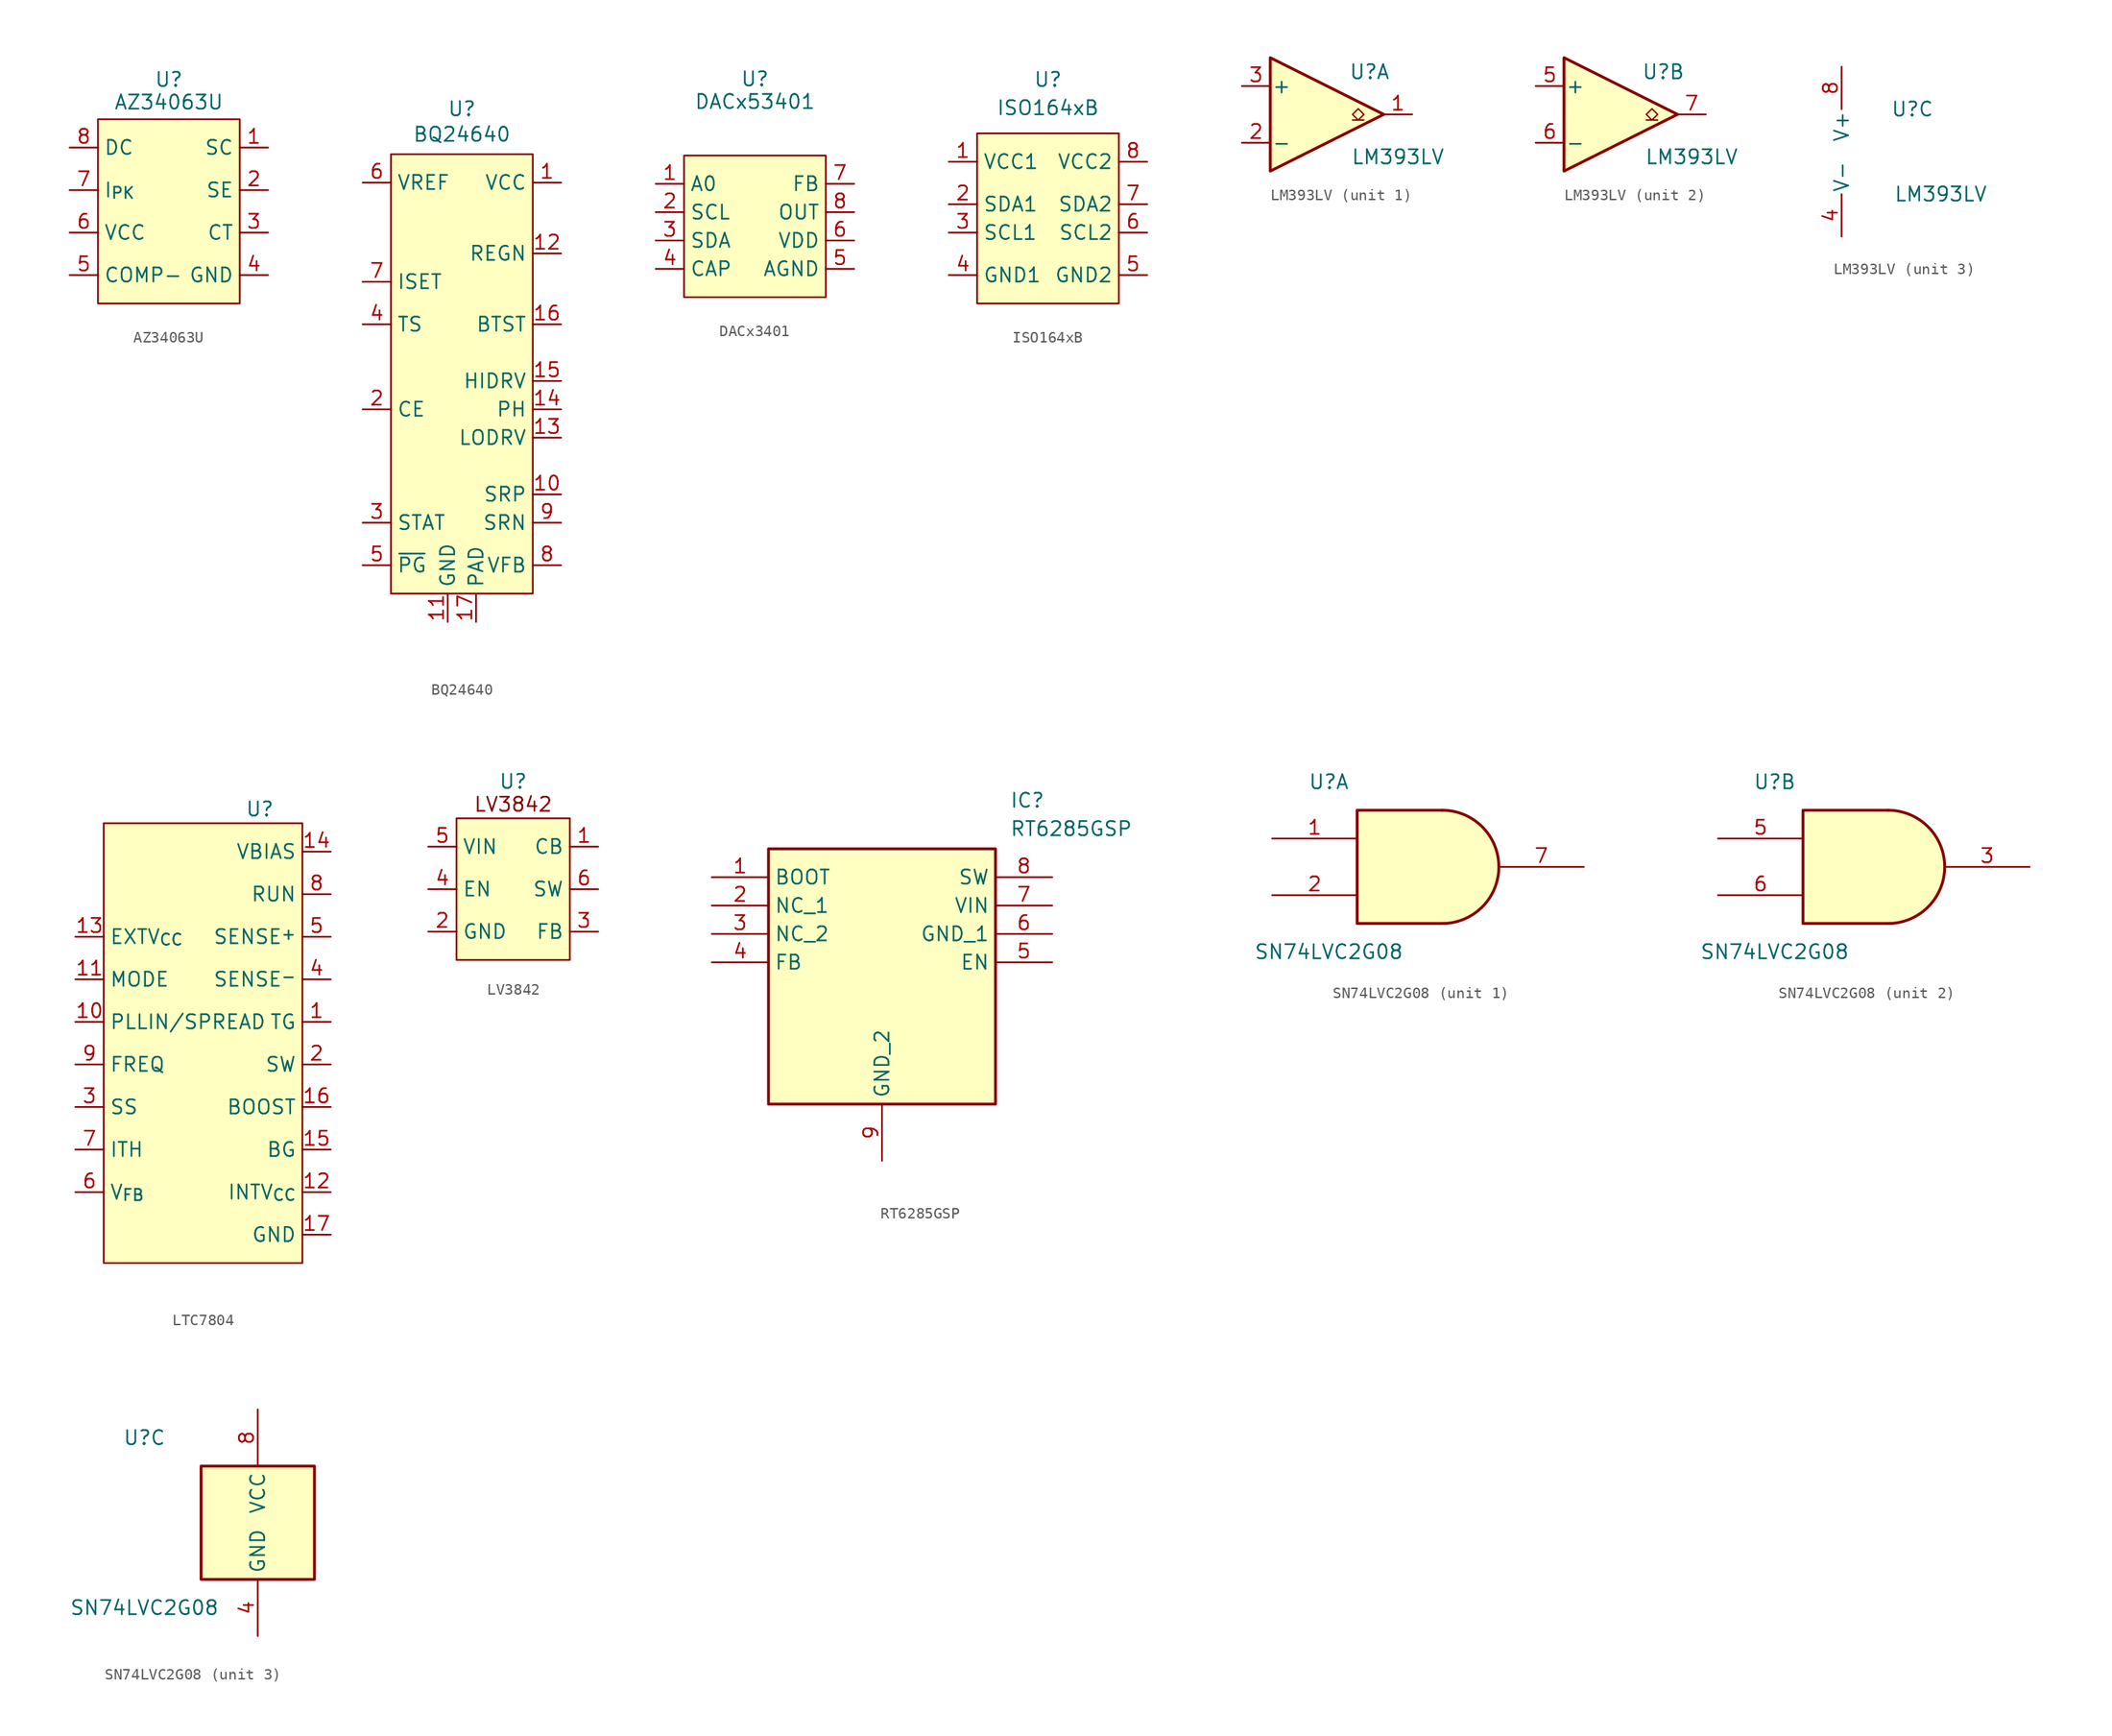
<source format=kicad_sym>
(kicad_symbol_lib
  (version 20231120)
  (generator "kicad_symbol_editor")
  (generator_version "8.0")
  (symbol "AZ34063U"
    (property "Reference" "U"
      (at 0 3.556 0)
      (effects (font (size 1.27 1.27))))
    (property "Value" "AZ34063U"
      (at 0 1.524 0)
      (effects (font (size 1.27 1.27))))
    (symbol "AZ34063U_1_1"
      (rectangle (start -6.35 0) (end 6.35 -16.51) (stroke (width 0) (type default)) (fill (type background)))
      (pin passive line (at 8.89 -2.54 180) (length 2.54) (name "SC" (effects (font (size 1.27 1.27)))) (number "1" (effects (font (size 1.27 1.27)))))
      (pin passive line (at 8.89 -6.35 180) (length 2.54) (name "SE" (effects (font (size 1.27 1.27)))) (number "2" (effects (font (size 1.27 1.27)))))
      (pin passive line (at 8.89 -10.16 180) (length 2.54) (name "CT" (effects (font (size 1.27 1.27)))) (number "3" (effects (font (size 1.27 1.27)))))
      (pin power_in line (at 8.89 -13.97 180) (length 2.54) (name "GND" (effects (font (size 1.27 1.27)))) (number "4" (effects (font (size 1.27 1.27)))))
      (pin power_in line (at -8.89 -13.97 0) (length 2.54) (name "COMP-" (effects (font (size 1.27 1.27)))) (number "5" (effects (font (size 1.27 1.27)))))
      (pin power_in line (at -8.89 -10.16 0) (length 2.54) (name "VCC" (effects (font (size 1.27 1.27)))) (number "6" (effects (font (size 1.27 1.27)))))
      (pin input line (at -8.89 -6.35 0) (length 2.54) (name "I_{PK}" (effects (font (size 1.27 1.27)))) (number "7" (effects (font (size 1.27 1.27)))))
      (pin passive line (at -8.89 -2.54 0) (length 2.54) (name "DC" (effects (font (size 1.27 1.27)))) (number "8" (effects (font (size 1.27 1.27)))))))
  (symbol "BQ24640"
    (property "Reference" "U"
      (at 0 32.004 0)
      (effects (font (size 1.27 1.27))))
    (property "Value" "BQ24640"
      (at 0 29.718 0)
      (effects (font (size 1.27 1.27))))
    (symbol "BQ24640_1_1"
      (rectangle (start -6.35 27.94) (end 6.35 -11.43) (stroke (width 0) (type default)) (fill (type background)))
      (pin power_in line (at 8.89 25.4 180) (length 2.54) (name "VCC" (effects (font (size 1.27 1.27)))) (number "1" (effects (font (size 1.27 1.27)))))
      (pin passive line (at 8.89 -2.54 180) (length 2.54) (name "SRP" (effects (font (size 1.27 1.27)))) (number "10" (effects (font (size 1.27 1.27)))))
      (pin power_in line (at -1.27 -13.97 90) (length 2.54) (name "GND" (effects (font (size 1.27 1.27)))) (number "11" (effects (font (size 1.27 1.27)))))
      (pin passive line (at 8.89 19.05 180) (length 2.54) (name "REGN" (effects (font (size 1.27 1.27)))) (number "12" (effects (font (size 1.27 1.27)))))
      (pin output line (at 8.89 2.54 180) (length 2.54) (name "LODRV" (effects (font (size 1.27 1.27)))) (number "13" (effects (font (size 1.27 1.27)))))
      (pin power_out line (at 8.89 5.08 180) (length 2.54) (name "PH" (effects (font (size 1.27 1.27)))) (number "14" (effects (font (size 1.27 1.27)))))
      (pin output line (at 8.89 7.62 180) (length 2.54) (name "HIDRV" (effects (font (size 1.27 1.27)))) (number "15" (effects (font (size 1.27 1.27)))))
      (pin passive line (at 8.89 12.7 180) (length 2.54) (name "BTST" (effects (font (size 1.27 1.27)))) (number "16" (effects (font (size 1.27 1.27)))))
      (pin passive line (at 1.27 -13.97 90) (length 2.54) (name "PAD" (effects (font (size 1.27 1.27)))) (number "17" (effects (font (size 1.27 1.27)))))
      (pin input line (at -8.89 5.08 0) (length 2.54) (name "CE" (effects (font (size 1.27 1.27)))) (number "2" (effects (font (size 1.27 1.27)))))
      (pin open_collector line (at -8.89 -5.08 0) (length 2.54) (name "STAT" (effects (font (size 1.27 1.27)))) (number "3" (effects (font (size 1.27 1.27)))))
      (pin input line (at -8.89 12.7 0) (length 2.54) (name "TS" (effects (font (size 1.27 1.27)))) (number "4" (effects (font (size 1.27 1.27)))))
      (pin open_collector line (at -8.89 -8.89 0) (length 2.54) (name "~{PG}" (effects (font (size 1.27 1.27)))) (number "5" (effects (font (size 1.27 1.27)))))
      (pin passive line (at -8.89 25.4 0) (length 2.54) (name "VREF" (effects (font (size 1.27 1.27)))) (number "6" (effects (font (size 1.27 1.27)))))
      (pin input line (at -8.89 16.51 0) (length 2.54) (name "ISET" (effects (font (size 1.27 1.27)))) (number "7" (effects (font (size 1.27 1.27)))))
      (pin input line (at 8.89 -8.89 180) (length 2.54) (name "VFB" (effects (font (size 1.27 1.27)))) (number "8" (effects (font (size 1.27 1.27)))))
      (pin passive line (at 8.89 -5.08 180) (length 2.54) (name "SRN" (effects (font (size 1.27 1.27)))) (number "9" (effects (font (size 1.27 1.27)))))))
  (symbol "DACx3401"
    (property "Reference" "U"
      (at 0 6.858 0)
      (effects (font (size 1.27 1.27))))
    (property "Value" "DACx53401"
      (at 0 4.826 0)
      (effects (font (size 1.27 1.27))))
    (symbol "DACx3401_1_1"
      (rectangle (start -6.35 0) (end 6.35 -12.7) (stroke (width 0) (type default)) (fill (type background)))
      (pin input line (at -8.89 -2.54 0) (length 2.54) (name "A0" (effects (font (size 1.27 1.27)))) (number "1" (effects (font (size 1.27 1.27)))))
      (pin input line (at -8.89 -5.08 0) (length 2.54) (name "SCL" (effects (font (size 1.27 1.27)))) (number "2" (effects (font (size 1.27 1.27)))))
      (pin bidirectional line (at -8.89 -7.62 0) (length 2.54) (name "SDA" (effects (font (size 1.27 1.27)))) (number "3" (effects (font (size 1.27 1.27)))))
      (pin passive line (at -8.89 -10.16 0) (length 2.54) (name "CAP" (effects (font (size 1.27 1.27)))) (number "4" (effects (font (size 1.27 1.27)))))
      (pin power_in line (at 8.89 -10.16 180) (length 2.54) (name "AGND" (effects (font (size 1.27 1.27)))) (number "5" (effects (font (size 1.27 1.27)))))
      (pin power_in line (at 8.89 -7.62 180) (length 2.54) (name "VDD" (effects (font (size 1.27 1.27)))) (number "6" (effects (font (size 1.27 1.27)))))
      (pin input line (at 8.89 -2.54 180) (length 2.54) (name "FB" (effects (font (size 1.27 1.27)))) (number "7" (effects (font (size 1.27 1.27)))))
      (pin output line (at 8.89 -5.08 180) (length 2.54) (name "OUT" (effects (font (size 1.27 1.27)))) (number "8" (effects (font (size 1.27 1.27)))))))
  (symbol "ISO164xB"
    (property "Reference" "U"
      (at 0 7.366 0)
      (effects (font (size 1.27 1.27))))
    (property "Value" "ISO164xB"
      (at 0 4.826 0)
      (effects (font (size 1.27 1.27))))
    (symbol "ISO164xB_1_1"
      (rectangle (start -6.35 2.54) (end 6.35 -12.7) (stroke (width 0) (type default)) (fill (type background)))
      (pin power_in line (at -8.89 0 0) (length 2.54) (name "VCC1" (effects (font (size 1.27 1.27)))) (number "1" (effects (font (size 1.27 1.27)))))
      (pin bidirectional line (at -8.89 -3.81 0) (length 2.54) (name "SDA1" (effects (font (size 1.27 1.27)))) (number "2" (effects (font (size 1.27 1.27)))))
      (pin input line (at -8.89 -6.35 0) (length 2.54) (name "SCL1" (effects (font (size 1.27 1.27)))) (number "3" (effects (font (size 1.27 1.27)))))
      (pin power_in line (at -8.89 -10.16 0) (length 2.54) (name "GND1" (effects (font (size 1.27 1.27)))) (number "4" (effects (font (size 1.27 1.27)))))
      (pin power_in line (at 8.89 -10.16 180) (length 2.54) (name "GND2" (effects (font (size 1.27 1.27)))) (number "5" (effects (font (size 1.27 1.27)))))
      (pin output line (at 8.89 -6.35 180) (length 2.54) (name "SCL2" (effects (font (size 1.27 1.27)))) (number "6" (effects (font (size 1.27 1.27)))))
      (pin bidirectional line (at 8.89 -3.81 180) (length 2.54) (name "SDA2" (effects (font (size 1.27 1.27)))) (number "7" (effects (font (size 1.27 1.27)))))
      (pin power_in line (at 8.89 0 180) (length 2.54) (name "VCC2" (effects (font (size 1.27 1.27)))) (number "8" (effects (font (size 1.27 1.27)))))))
  (symbol "LM393LV"
    (pin_names
      (offset 0.127))
    (property "Reference" "U"
      (at 3.81 3.81 0)
      (effects (font (size 1.27 1.27))))
    (property "Value" "LM393LV"
      (at 6.35 -3.81 0)
      (effects (font (size 1.27 1.27))))
    (property "ki_locked" ""
      (at 0 0 0)
      (effects (font (size 1.27 1.27))))
    (symbol "LM393LV_1_1"
      (polyline (pts (xy -5.08 5.08) (xy 5.08 0) (xy -5.08 -5.08) (xy -5.08 5.08)) (stroke (width 0.254) (type default)) (fill (type background)))
      (polyline (pts (xy 3.302 -0.508) (xy 2.794 -0.508) (xy 3.302 0) (xy 2.794 0.508) (xy 2.286 0) (xy 2.794 -0.508) (xy 2.286 -0.508)) (stroke (width 0.127) (type default)) (fill (type none)))
      (pin open_collector line (at 7.62 0 180) (length 2.54) (name "~" (effects (font (size 1.27 1.27)))) (number "1" (effects (font (size 1.27 1.27)))))
      (pin input line (at -7.62 -2.54 0) (length 2.54) (name "-" (effects (font (size 1.27 1.27)))) (number "2" (effects (font (size 1.27 1.27)))))
      (pin input line (at -7.62 2.54 0) (length 2.54) (name "+" (effects (font (size 1.27 1.27)))) (number "3" (effects (font (size 1.27 1.27))))))
    (symbol "LM393LV_2_1"
      (polyline (pts (xy -5.08 5.08) (xy 5.08 0) (xy -5.08 -5.08) (xy -5.08 5.08)) (stroke (width 0.254) (type default)) (fill (type background)))
      (polyline (pts (xy 3.302 -0.508) (xy 2.794 -0.508) (xy 3.302 0) (xy 2.794 0.508) (xy 2.286 0) (xy 2.794 -0.508) (xy 2.286 -0.508)) (stroke (width 0.127) (type default)) (fill (type none)))
      (pin input line (at -7.62 2.54 0) (length 2.54) (name "+" (effects (font (size 1.27 1.27)))) (number "5" (effects (font (size 1.27 1.27)))))
      (pin input line (at -7.62 -2.54 0) (length 2.54) (name "-" (effects (font (size 1.27 1.27)))) (number "6" (effects (font (size 1.27 1.27)))))
      (pin open_collector line (at 7.62 0 180) (length 2.54) (name "~" (effects (font (size 1.27 1.27)))) (number "7" (effects (font (size 1.27 1.27))))))
    (symbol "LM393LV_3_1"
      (pin power_in line (at -2.54 -7.62 90) (length 3.81) (name "V-" (effects (font (size 1.27 1.27)))) (number "4" (effects (font (size 1.27 1.27)))))
      (pin power_in line (at -2.54 7.62 270) (length 3.81) (name "V+" (effects (font (size 1.27 1.27)))) (number "8" (effects (font (size 1.27 1.27)))))))
  (symbol "LTC7804"
    (property "Reference" "U"
      (at 0 0 0)
      (effects (font (size 1.27 1.27))))
    (property "Value" ""
      (at 0 0 0)
      (effects (font (size 1.27 1.27))))
    (symbol "LTC7804_1_1"
      (rectangle (start -13.97 -1.27) (end 3.81 -40.64) (stroke (width 0) (type default)) (fill (type background)))
      (pin output line (at 6.35 -19.05 180) (length 2.54) (name "TG" (effects (font (size 1.27 1.27)))) (number "1" (effects (font (size 1.27 1.27)))))
      (pin input line (at -16.51 -19.05 0) (length 2.54) (name "PLLIN/SPREAD" (effects (font (size 1.27 1.27)))) (number "10" (effects (font (size 1.27 1.27)))))
      (pin input line (at -16.51 -15.24 0) (length 2.54) (name "MODE" (effects (font (size 1.27 1.27)))) (number "11" (effects (font (size 1.27 1.27)))))
      (pin output line (at 6.35 -34.29 180) (length 2.54) (name "INTV_{CC}" (effects (font (size 1.27 1.27)))) (number "12" (effects (font (size 1.27 1.27)))))
      (pin power_in line (at -16.51 -11.43 0) (length 2.54) (name "EXTV_{CC}" (effects (font (size 1.27 1.27)))) (number "13" (effects (font (size 1.27 1.27)))))
      (pin input line (at 6.35 -3.81 180) (length 2.54) (name "VBIAS" (effects (font (size 1.27 1.27)))) (number "14" (effects (font (size 1.27 1.27)))))
      (pin output line (at 6.35 -30.48 180) (length 2.54) (name "BG" (effects (font (size 1.27 1.27)))) (number "15" (effects (font (size 1.27 1.27)))))
      (pin power_in line (at 6.35 -26.67 180) (length 2.54) (name "BOOST" (effects (font (size 1.27 1.27)))) (number "16" (effects (font (size 1.27 1.27)))))
      (pin passive line (at 6.35 -38.1 180) (length 2.54) (name "GND" (effects (font (size 1.27 1.27)))) (number "17" (effects (font (size 1.27 1.27)))))
      (pin power_in line (at 6.35 -22.86 180) (length 2.54) (name "SW" (effects (font (size 1.27 1.27)))) (number "2" (effects (font (size 1.27 1.27)))))
      (pin input line (at -16.51 -26.67 0) (length 2.54) (name "SS" (effects (font (size 1.27 1.27)))) (number "3" (effects (font (size 1.27 1.27)))))
      (pin input line (at 6.35 -15.24 180) (length 2.54) (name "SENSE^{-}" (effects (font (size 1.27 1.27)))) (number "4" (effects (font (size 1.27 1.27)))))
      (pin input line (at 6.35 -11.43 180) (length 2.54) (name "SENSE^{+}" (effects (font (size 1.27 1.27)))) (number "5" (effects (font (size 1.27 1.27)))))
      (pin input line (at -16.51 -34.29 0) (length 2.54) (name "V_{FB}" (effects (font (size 1.27 1.27)))) (number "6" (effects (font (size 1.27 1.27)))))
      (pin input line (at -16.51 -30.48 0) (length 2.54) (name "ITH" (effects (font (size 1.27 1.27)))) (number "7" (effects (font (size 1.27 1.27)))))
      (pin input line (at 6.35 -7.62 180) (length 2.54) (name "RUN" (effects (font (size 1.27 1.27)))) (number "8" (effects (font (size 1.27 1.27)))))
      (pin input line (at -16.51 -22.86 0) (length 2.54) (name "FREQ" (effects (font (size 1.27 1.27)))) (number "9" (effects (font (size 1.27 1.27)))))))
  (symbol "LV3842"
    (property "Reference" "U"
      (at 0 9.652 0)
      (effects (font (size 1.27 1.27))))
    (property "Value" ""
      (at -5.08 0 0)
      (effects (font (size 1.27 1.27))))
    (symbol "LV3842_1_1"
      (rectangle (start -5.08 6.35) (end 5.08 -6.35) (stroke (width 0) (type default)) (fill (type background)))
      (text "LV3842" (at 0 6.858 0) (effects (font (size 1.27 1.27)) (justify bottom)))
      (pin input line (at 7.62 3.81 180) (length 2.54) (name "CB" (effects (font (size 1.27 1.27)))) (number "1" (effects (font (size 1.27 1.27)))))
      (pin power_in line (at -7.62 -3.81 0) (length 2.54) (name "GND" (effects (font (size 1.27 1.27)))) (number "2" (effects (font (size 1.27 1.27)))))
      (pin input line (at 7.62 -3.81 180) (length 2.54) (name "FB" (effects (font (size 1.27 1.27)))) (number "3" (effects (font (size 1.27 1.27)))))
      (pin input line (at -7.62 0 0) (length 2.54) (name "EN" (effects (font (size 1.27 1.27)))) (number "4" (effects (font (size 1.27 1.27)))))
      (pin power_in line (at -7.62 3.81 0) (length 2.54) (name "VIN" (effects (font (size 1.27 1.27)))) (number "5" (effects (font (size 1.27 1.27)))))
      (pin power_out line (at 7.62 0 180) (length 2.54) (name "SW" (effects (font (size 1.27 1.27)))) (number "6" (effects (font (size 1.27 1.27)))))))
  (symbol "RT6285GSP"
    (property "Reference" "IC"
      (at 26.67 7.62 0)
      (effects (font (size 1.27 1.27)) (justify left top)))
    (property "Value" "RT6285GSP"
      (at 26.67 5.08 0)
      (effects (font (size 1.27 1.27)) (justify left top)))
    (symbol "RT6285GSP_1_1"
      (rectangle (start 5.08 2.54) (end 25.4 -20.32) (stroke (width 0.254) (type default)) (fill (type background)))
      (pin passive line (at 0 0 0) (length 5.08) (name "BOOT" (effects (font (size 1.27 1.27)))) (number "1" (effects (font (size 1.27 1.27)))))
      (pin passive line (at 0 -2.54 0) (length 5.08) (name "NC_1" (effects (font (size 1.27 1.27)))) (number "2" (effects (font (size 1.27 1.27)))))
      (pin passive line (at 0 -5.08 0) (length 5.08) (name "NC_2" (effects (font (size 1.27 1.27)))) (number "3" (effects (font (size 1.27 1.27)))))
      (pin passive line (at 0 -7.62 0) (length 5.08) (name "FB" (effects (font (size 1.27 1.27)))) (number "4" (effects (font (size 1.27 1.27)))))
      (pin passive line (at 30.48 -7.62 180) (length 5.08) (name "EN" (effects (font (size 1.27 1.27)))) (number "5" (effects (font (size 1.27 1.27)))))
      (pin passive line (at 30.48 -5.08 180) (length 5.08) (name "GND_1" (effects (font (size 1.27 1.27)))) (number "6" (effects (font (size 1.27 1.27)))))
      (pin passive line (at 30.48 -2.54 180) (length 5.08) (name "VIN" (effects (font (size 1.27 1.27)))) (number "7" (effects (font (size 1.27 1.27)))))
      (pin passive line (at 30.48 0 180) (length 5.08) (name "SW" (effects (font (size 1.27 1.27)))) (number "8" (effects (font (size 1.27 1.27)))))
      (pin passive line (at 15.24 -25.4 90) (length 5.08) (name "GND_2" (effects (font (size 1.27 1.27)))) (number "9" (effects (font (size 1.27 1.27)))))))
  (symbol "SN74LVC2G08"
    (property "Reference" "U"
      (at -10.16 7.62 0)
      (effects (font (size 1.27 1.27))))
    (property "Value" "SN74LVC2G08"
      (at -10.16 -7.62 0)
      (effects (font (size 1.27 1.27))))
    (symbol "SN74LVC2G08_1_1"
      (arc (start 0 -5.08) (mid 5.0579 0) (end 0 5.08) (stroke (width 0.254) (type default)) (fill (type background)))
      (polyline (pts (xy 0 -5.08) (xy -7.62 -5.08) (xy -7.62 5.08) (xy 0 5.08)) (stroke (width 0.254) (type default)) (fill (type background)))
      (pin input line (at -15.24 2.54 0) (length 7.62) (name "~" (effects (font (size 1.27 1.27)))) (number "1" (effects (font (size 1.27 1.27)))))
      (pin input line (at -15.24 -2.54 0) (length 7.62) (name "~" (effects (font (size 1.27 1.27)))) (number "2" (effects (font (size 1.27 1.27)))))
      (pin output line (at 12.7 0 180) (length 7.62) (name "~" (effects (font (size 1.27 1.27)))) (number "7" (effects (font (size 1.27 1.27))))))
    (symbol "SN74LVC2G08_2_1"
      (arc (start 0 -5.08) (mid 5.0579 0) (end 0 5.08) (stroke (width 0.254) (type default)) (fill (type background)))
      (polyline (pts (xy 0 -5.08) (xy -7.62 -5.08) (xy -7.62 5.08) (xy 0 5.08)) (stroke (width 0.254) (type default)) (fill (type background)))
      (pin output line (at 12.7 0 180) (length 7.62) (name "~" (effects (font (size 1.27 1.27)))) (number "3" (effects (font (size 1.27 1.27)))))
      (pin input line (at -15.24 2.54 0) (length 7.62) (name "~" (effects (font (size 1.27 1.27)))) (number "5" (effects (font (size 1.27 1.27)))))
      (pin input line (at -15.24 -2.54 0) (length 7.62) (name "~" (effects (font (size 1.27 1.27)))) (number "6" (effects (font (size 1.27 1.27))))))
    (symbol "SN74LVC2G08_3_0"
      (rectangle (start -5.08 -5.08) (end 5.08 5.08) (stroke (width 0.254) (type default)) (fill (type background))))
    (symbol "SN74LVC2G08_3_1"
      (pin power_in line (at 0 -10.16 90) (length 5.08) (name "GND" (effects (font (size 1.27 1.27)))) (number "4" (effects (font (size 1.27 1.27)))))
      (pin power_in line (at 0 10.16 270) (length 5.08) (name "VCC" (effects (font (size 1.27 1.27)))) (number "8" (effects (font (size 1.27 1.27))))))))
</source>
